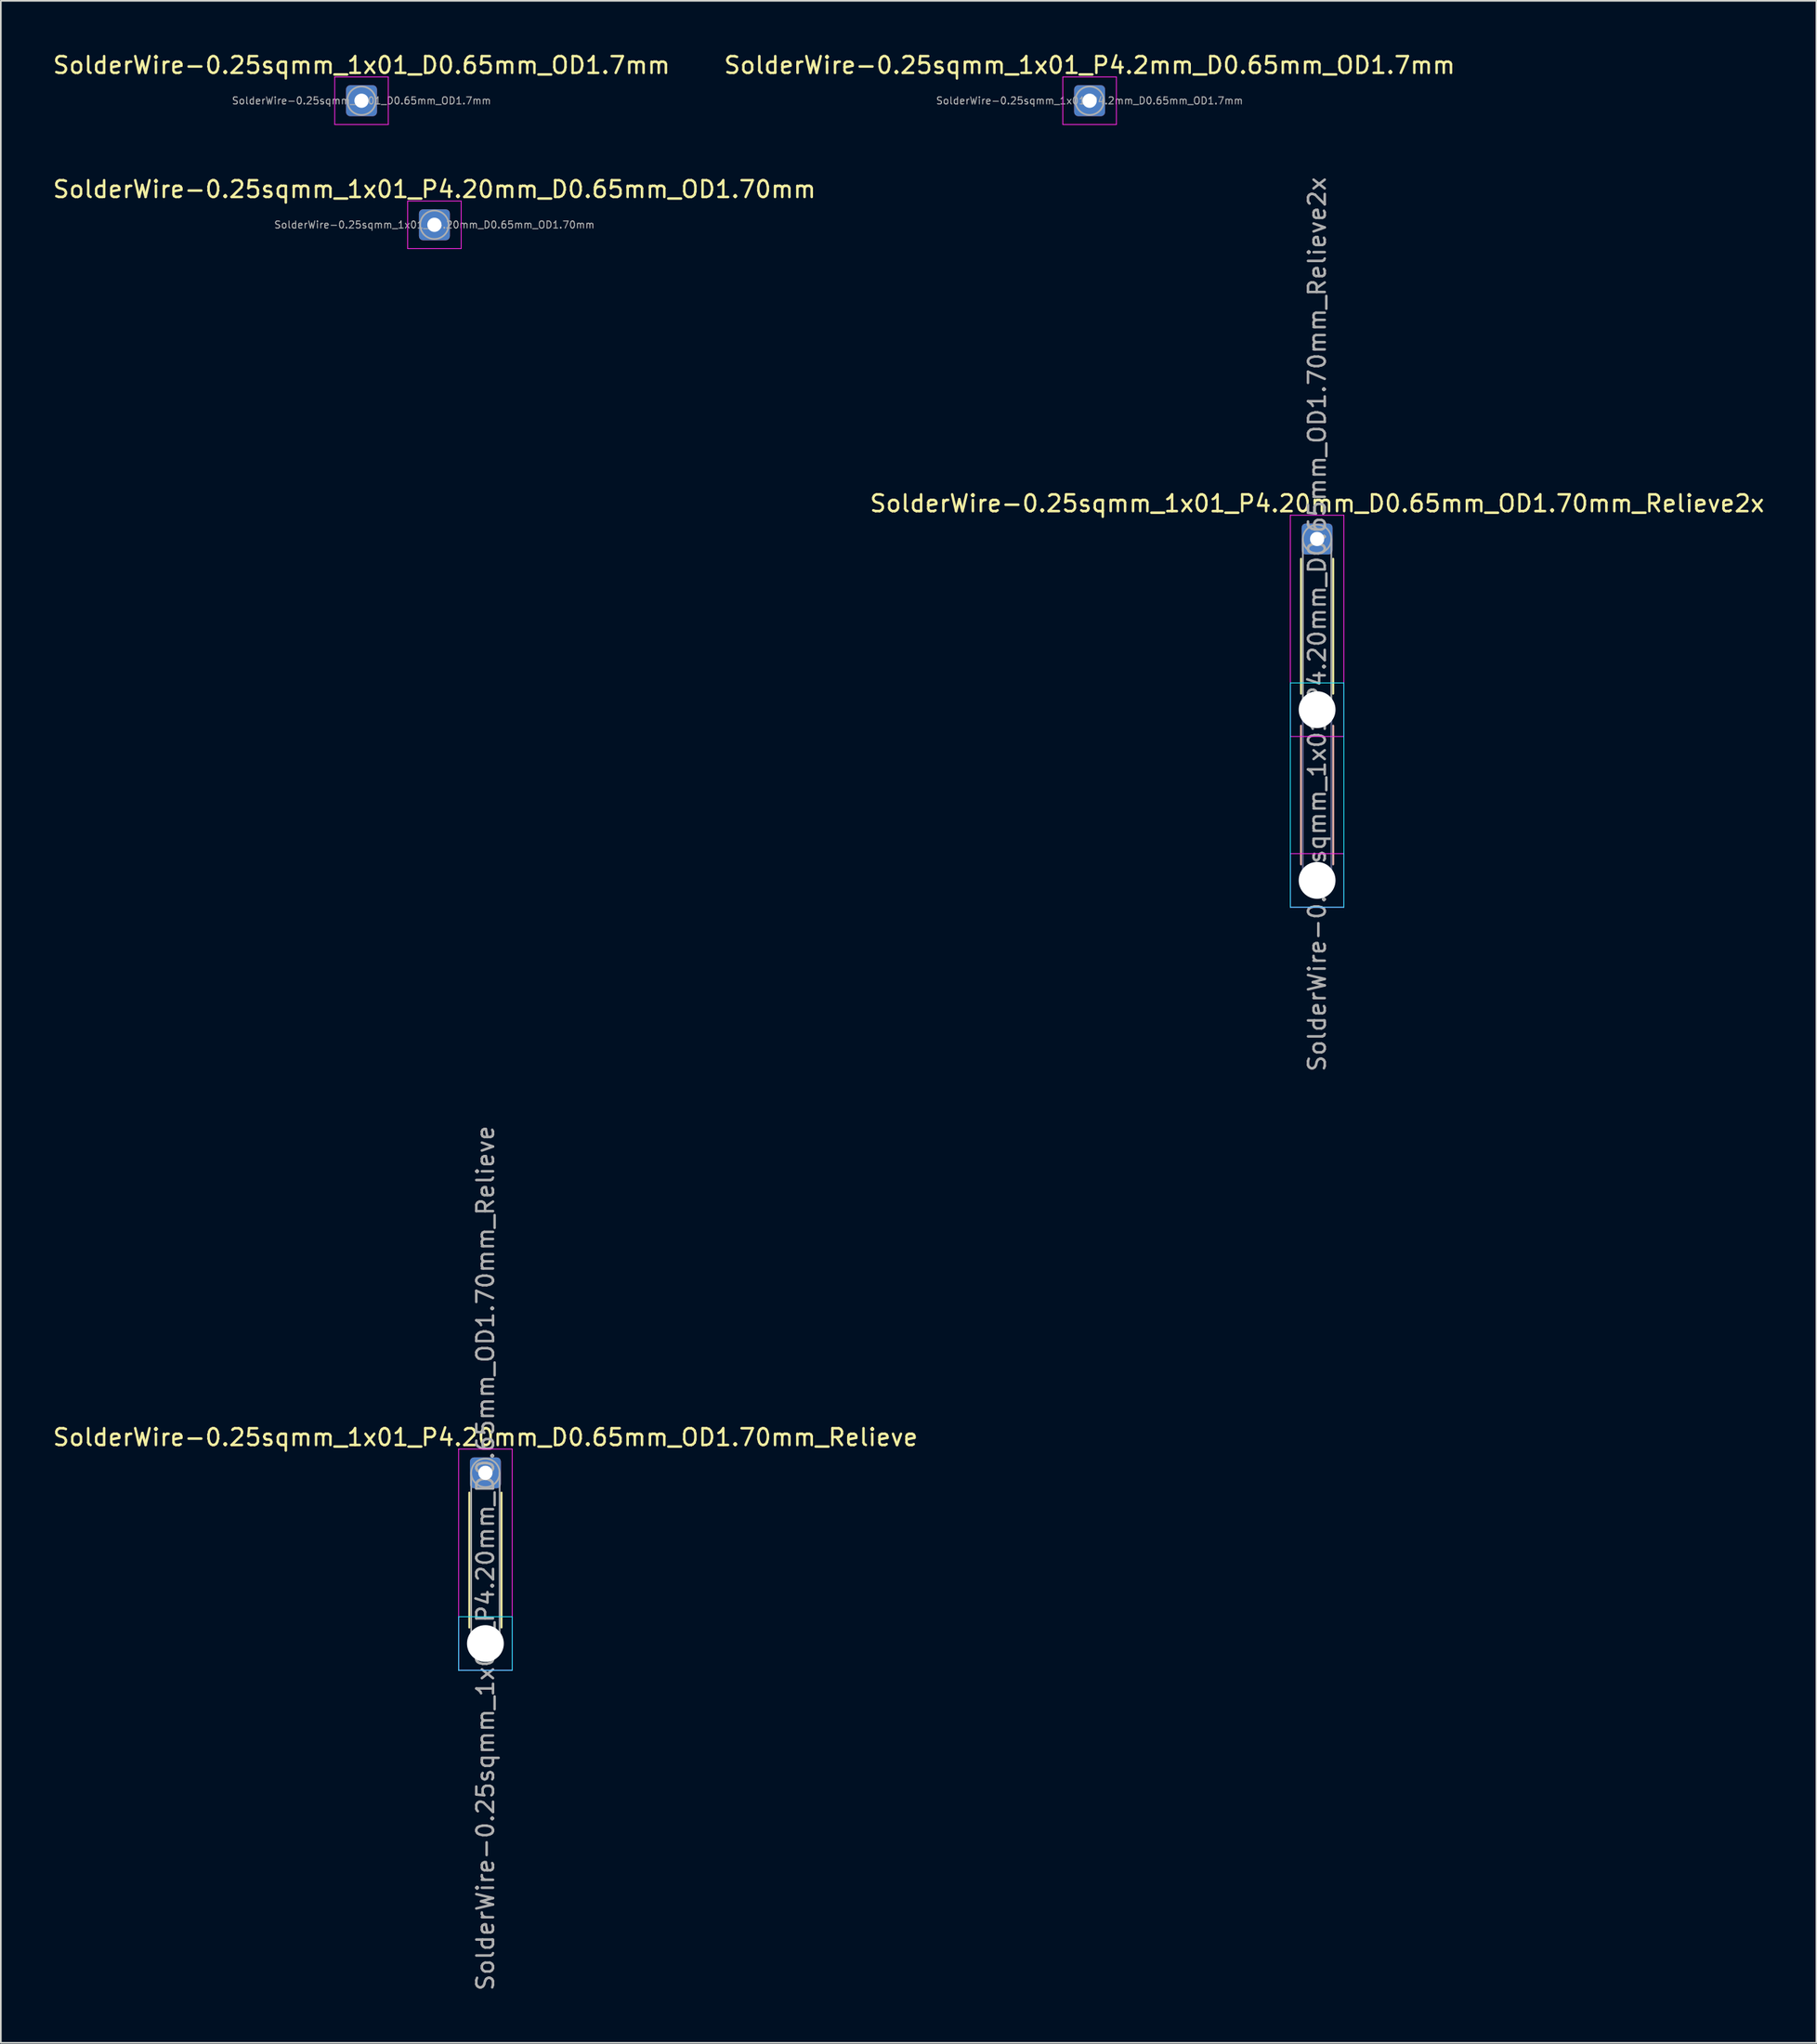
<source format=kicad_pcb>
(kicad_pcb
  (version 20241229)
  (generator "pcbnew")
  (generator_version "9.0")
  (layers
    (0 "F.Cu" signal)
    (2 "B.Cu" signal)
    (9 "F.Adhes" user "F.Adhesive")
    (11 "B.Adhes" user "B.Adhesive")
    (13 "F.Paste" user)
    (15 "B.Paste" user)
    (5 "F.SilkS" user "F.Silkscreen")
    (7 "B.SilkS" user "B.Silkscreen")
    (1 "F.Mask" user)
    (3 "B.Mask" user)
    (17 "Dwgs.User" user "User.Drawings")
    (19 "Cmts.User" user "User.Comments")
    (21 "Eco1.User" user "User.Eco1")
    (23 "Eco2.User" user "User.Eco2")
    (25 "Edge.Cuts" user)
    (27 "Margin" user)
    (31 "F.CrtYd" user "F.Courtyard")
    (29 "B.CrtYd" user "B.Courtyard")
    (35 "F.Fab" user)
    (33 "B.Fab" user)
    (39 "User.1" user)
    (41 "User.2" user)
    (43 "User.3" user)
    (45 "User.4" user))
  (footprint "SolderWire-0.25sqmm_1x01_P4.20mm_D0.65mm_OD1.70mm_Relieve2x"
    (layer "F.Cu")
    (at 75.661 29.153)
    (property "Reference" "SolderWire-0.25sqmm_1x01_P4.20mm_D0.65mm_OD1.70mm_Relieve2x" (at 0 -2.12 0) (layer "F.SilkS") (effects (font (size 1 1) (thickness 0.15))))
    (attr exclude_from_pos_files exclude_from_bom)
    (fp_line (start -0.96 1.185) (end -0.96 9.24) (stroke (width 0.12) (type solid)) (layer "F.SilkS"))
    (fp_line (start 0.96 1.185) (end 0.96 9.24) (stroke (width 0.12) (type solid)) (layer "F.SilkS"))
    (fp_line (start -0.96 11.16) (end -0.96 19.44) (stroke (width 0.12) (type solid)) (layer "B.SilkS"))
    (fp_line (start 0.96 11.16) (end 0.96 19.44) (stroke (width 0.12) (type solid)) (layer "B.SilkS"))
    (fp_line (start -1.6 8.6) (end -1.6 22) (stroke (width 0.05) (type solid)) (layer "B.CrtYd"))
    (fp_line (start -1.6 22) (end 1.6 22) (stroke (width 0.05) (type solid)) (layer "B.CrtYd"))
    (fp_line (start 1.6 8.6) (end -1.6 8.6) (stroke (width 0.05) (type solid)) (layer "B.CrtYd"))
    (fp_line (start 1.6 22) (end 1.6 8.6) (stroke (width 0.05) (type solid)) (layer "B.CrtYd"))
    (fp_line (start -1.6 -1.42) (end -1.6 11.8) (stroke (width 0.05) (type solid)) (layer "F.CrtYd"))
    (fp_line (start -1.6 11.8) (end 1.6 11.8) (stroke (width 0.05) (type solid)) (layer "F.CrtYd"))
    (fp_line (start -1.6 18.8) (end -1.6 22) (stroke (width 0.05) (type solid)) (layer "F.CrtYd"))
    (fp_line (start -1.6 22) (end 1.6 22) (stroke (width 0.05) (type solid)) (layer "F.CrtYd"))
    (fp_line (start 1.6 -1.42) (end -1.6 -1.42) (stroke (width 0.05) (type solid)) (layer "F.CrtYd"))
    (fp_line (start 1.6 11.8) (end 1.6 -1.42) (stroke (width 0.05) (type solid)) (layer "F.CrtYd"))
    (fp_line (start 1.6 18.8) (end -1.6 18.8) (stroke (width 0.05) (type solid)) (layer "F.CrtYd"))
    (fp_line (start 1.6 22) (end 1.6 18.8) (stroke (width 0.05) (type solid)) (layer "F.CrtYd"))
    (fp_line (start -0.85 10.2) (end -0.85 20.4) (stroke (width 0.1) (type solid)) (layer "B.Fab"))
    (fp_line (start 0.85 10.2) (end 0.85 20.4) (stroke (width 0.1) (type solid)) (layer "B.Fab"))
    (fp_circle (center 0 10.2) (end 0.85 10.2) (stroke (width 0.1) (type solid)) (fill no) (layer "B.Fab"))
    (fp_circle (center 0 20.4) (end 0.85 20.4) (stroke (width 0.1) (type solid)) (fill no) (layer "B.Fab"))
    (fp_line (start -0.85 0) (end -0.85 10.2) (stroke (width 0.1) (type solid)) (layer "F.Fab"))
    (fp_line (start 0.85 0) (end 0.85 10.2) (stroke (width 0.1) (type solid)) (layer "F.Fab"))
    (fp_circle (center 0 0) (end 0.85 0) (stroke (width 0.1) (type solid)) (fill no) (layer "F.Fab"))
    (fp_circle (center 0 10.2) (end 0.85 10.2) (stroke (width 0.1) (type solid)) (fill no) (layer "F.Fab"))
    (fp_circle (center 0 20.4) (end 0.85 20.4) (stroke (width 0.1) (type solid)) (fill no) (layer "F.Fab"))
    (fp_text user "${REFERENCE}" (at 0 5.1 90) (layer "F.Fab") (effects (font (size 1 1) (thickness 0.15))))
    (pad "" np_thru_hole circle (at 0 10.2) (size 2.2 2.2) (drill 2.2) (layers "*.Cu" "*.Mask"))
    (pad "" np_thru_hole circle (at 0 20.4) (size 2.2 2.2) (drill 2.2) (layers "*.Cu" "*.Mask"))
    (pad "1" thru_hole roundrect (at 0 0) (size 1.85 1.85) (drill 0.85) (layers "*.Cu" "*.Mask") (roundrect_rratio 0.135)))
  (footprint "SolderWire-0.25sqmm_1x01_D0.65mm_OD1.7mm"
    (layer "F.Cu")
    (at 18.554 2.968)
    (property "Reference" "SolderWire-0.25sqmm_1x01_D0.65mm_OD1.7mm" (at 0 -2.12 0) (layer "F.SilkS") (effects (font (size 1 1) (thickness 0.15))))
    (attr exclude_from_pos_files exclude_from_bom)
    (fp_line (start -1.6 -1.42) (end -1.6 1.42) (stroke (width 0.05) (type solid)) (layer "F.CrtYd"))
    (fp_line (start -1.6 1.42) (end 1.6 1.42) (stroke (width 0.05) (type solid)) (layer "F.CrtYd"))
    (fp_line (start 1.6 -1.42) (end -1.6 -1.42) (stroke (width 0.05) (type solid)) (layer "F.CrtYd"))
    (fp_line (start 1.6 1.42) (end 1.6 -1.42) (stroke (width 0.05) (type solid)) (layer "F.CrtYd"))
    (fp_circle (center 0 0) (end 0.85 0) (stroke (width 0.1) (type solid)) (fill no) (layer "F.Fab"))
    (fp_text user "${REFERENCE}" (at 0 0 0) (layer "F.Fab") (effects (font (size 0.42 0.42) (thickness 0.06))))
    (pad "1" thru_hole roundrect (at 0 0) (size 1.85 1.85) (drill 0.85) (layers "*.Cu" "*.Mask") (roundrect_rratio 0.135)))
  (footprint "SolderWire-0.25sqmm_1x01_P4.2mm_D0.65mm_OD1.7mm"
    (layer "F.Cu")
    (at 62.065 2.968)
    (property "Reference" "SolderWire-0.25sqmm_1x01_P4.2mm_D0.65mm_OD1.7mm" (at 0 -2.12 0) (layer "F.SilkS") (effects (font (size 1 1) (thickness 0.15))))
    (attr exclude_from_pos_files exclude_from_bom)
    (fp_line (start -1.6 -1.42) (end -1.6 1.42) (stroke (width 0.05) (type solid)) (layer "F.CrtYd"))
    (fp_line (start -1.6 1.42) (end 1.6 1.42) (stroke (width 0.05) (type solid)) (layer "F.CrtYd"))
    (fp_line (start 1.6 -1.42) (end -1.6 -1.42) (stroke (width 0.05) (type solid)) (layer "F.CrtYd"))
    (fp_line (start 1.6 1.42) (end 1.6 -1.42) (stroke (width 0.05) (type solid)) (layer "F.CrtYd"))
    (fp_circle (center 0 0) (end 0.85 0) (stroke (width 0.1) (type solid)) (fill no) (layer "F.Fab"))
    (fp_text user "${REFERENCE}" (at 0 0 0) (layer "F.Fab") (effects (font (size 0.42 0.42) (thickness 0.06))))
    (pad "1" thru_hole roundrect (at 0 0) (size 1.85 1.85) (drill 0.85) (layers "*.Cu" "*.Mask") (roundrect_rratio 0.135)))
  (footprint "SolderWire-0.25sqmm_1x01_P4.20mm_D0.65mm_OD1.70mm"
    (layer "F.Cu")
    (at 22.911 10.382)
    (property "Reference" "SolderWire-0.25sqmm_1x01_P4.20mm_D0.65mm_OD1.70mm" (at 0 -2.12 0) (layer "F.SilkS") (effects (font (size 1 1) (thickness 0.15))))
    (attr exclude_from_pos_files exclude_from_bom)
    (fp_line (start -1.6 -1.42) (end -1.6 1.42) (stroke (width 0.05) (type solid)) (layer "F.CrtYd"))
    (fp_line (start -1.6 1.42) (end 1.6 1.42) (stroke (width 0.05) (type solid)) (layer "F.CrtYd"))
    (fp_line (start 1.6 -1.42) (end -1.6 -1.42) (stroke (width 0.05) (type solid)) (layer "F.CrtYd"))
    (fp_line (start 1.6 1.42) (end 1.6 -1.42) (stroke (width 0.05) (type solid)) (layer "F.CrtYd"))
    (fp_circle (center 0 0) (end 0.85 0) (stroke (width 0.1) (type solid)) (fill no) (layer "F.Fab"))
    (fp_text user "${REFERENCE}" (at 0 0 0) (layer "F.Fab") (effects (font (size 0.42 0.42) (thickness 0.06))))
    (pad "1" thru_hole roundrect (at 0 0) (size 1.85 1.85) (drill 0.85) (layers "*.Cu" "*.Mask") (roundrect_rratio 0.135)))
  (footprint "SolderWire-0.25sqmm_1x01_P4.20mm_D0.65mm_OD1.70mm_Relieve"
    (layer "F.Cu")
    (at 25.958 84.95)
    (property "Reference" "SolderWire-0.25sqmm_1x01_P4.20mm_D0.65mm_OD1.70mm_Relieve" (at 0 -2.12 0) (layer "F.SilkS") (effects (font (size 1 1) (thickness 0.15))))
    (attr exclude_from_pos_files exclude_from_bom)
    (fp_line (start -0.96 1.185) (end -0.96 9.24) (stroke (width 0.12) (type solid)) (layer "F.SilkS"))
    (fp_line (start 0.96 1.185) (end 0.96 9.24) (stroke (width 0.12) (type solid)) (layer "F.SilkS"))
    (fp_line (start -1.6 8.6) (end -1.6 11.8) (stroke (width 0.05) (type solid)) (layer "B.CrtYd"))
    (fp_line (start -1.6 11.8) (end 1.6 11.8) (stroke (width 0.05) (type solid)) (layer "B.CrtYd"))
    (fp_line (start 1.6 8.6) (end -1.6 8.6) (stroke (width 0.05) (type solid)) (layer "B.CrtYd"))
    (fp_line (start 1.6 11.8) (end 1.6 8.6) (stroke (width 0.05) (type solid)) (layer "B.CrtYd"))
    (fp_line (start -1.6 -1.42) (end -1.6 11.8) (stroke (width 0.05) (type solid)) (layer "F.CrtYd"))
    (fp_line (start -1.6 11.8) (end 1.6 11.8) (stroke (width 0.05) (type solid)) (layer "F.CrtYd"))
    (fp_line (start 1.6 -1.42) (end -1.6 -1.42) (stroke (width 0.05) (type solid)) (layer "F.CrtYd"))
    (fp_line (start 1.6 11.8) (end 1.6 -1.42) (stroke (width 0.05) (type solid)) (layer "F.CrtYd"))
    (fp_line (start -0.85 0) (end -0.85 10.2) (stroke (width 0.1) (type solid)) (layer "F.Fab"))
    (fp_line (start 0.85 0) (end 0.85 10.2) (stroke (width 0.1) (type solid)) (layer "F.Fab"))
    (fp_circle (center 0 0) (end 0.85 0) (stroke (width 0.1) (type solid)) (fill no) (layer "F.Fab"))
    (fp_circle (center 0 10.2) (end 0.85 10.2) (stroke (width 0.1) (type solid)) (fill no) (layer "F.Fab"))
    (fp_text user "${REFERENCE}" (at 0 5.1 90) (layer "F.Fab") (effects (font (size 1 1) (thickness 0.15))))
    (pad "" np_thru_hole circle (at 0 10.2) (size 2.2 2.2) (drill 2.2) (layers "*.Cu" "*.Mask"))
    (pad "1" thru_hole roundrect (at 0 0) (size 1.85 1.85) (drill 0.85) (layers "*.Cu" "*.Mask") (roundrect_rratio 0.135)))
  (gr_rect
    (start -3 -3)
    (end 105.5 119.008)
    (stroke (width 0.1) (type default))
    (fill no)
    (layer "Edge.Cuts")))
</source>
